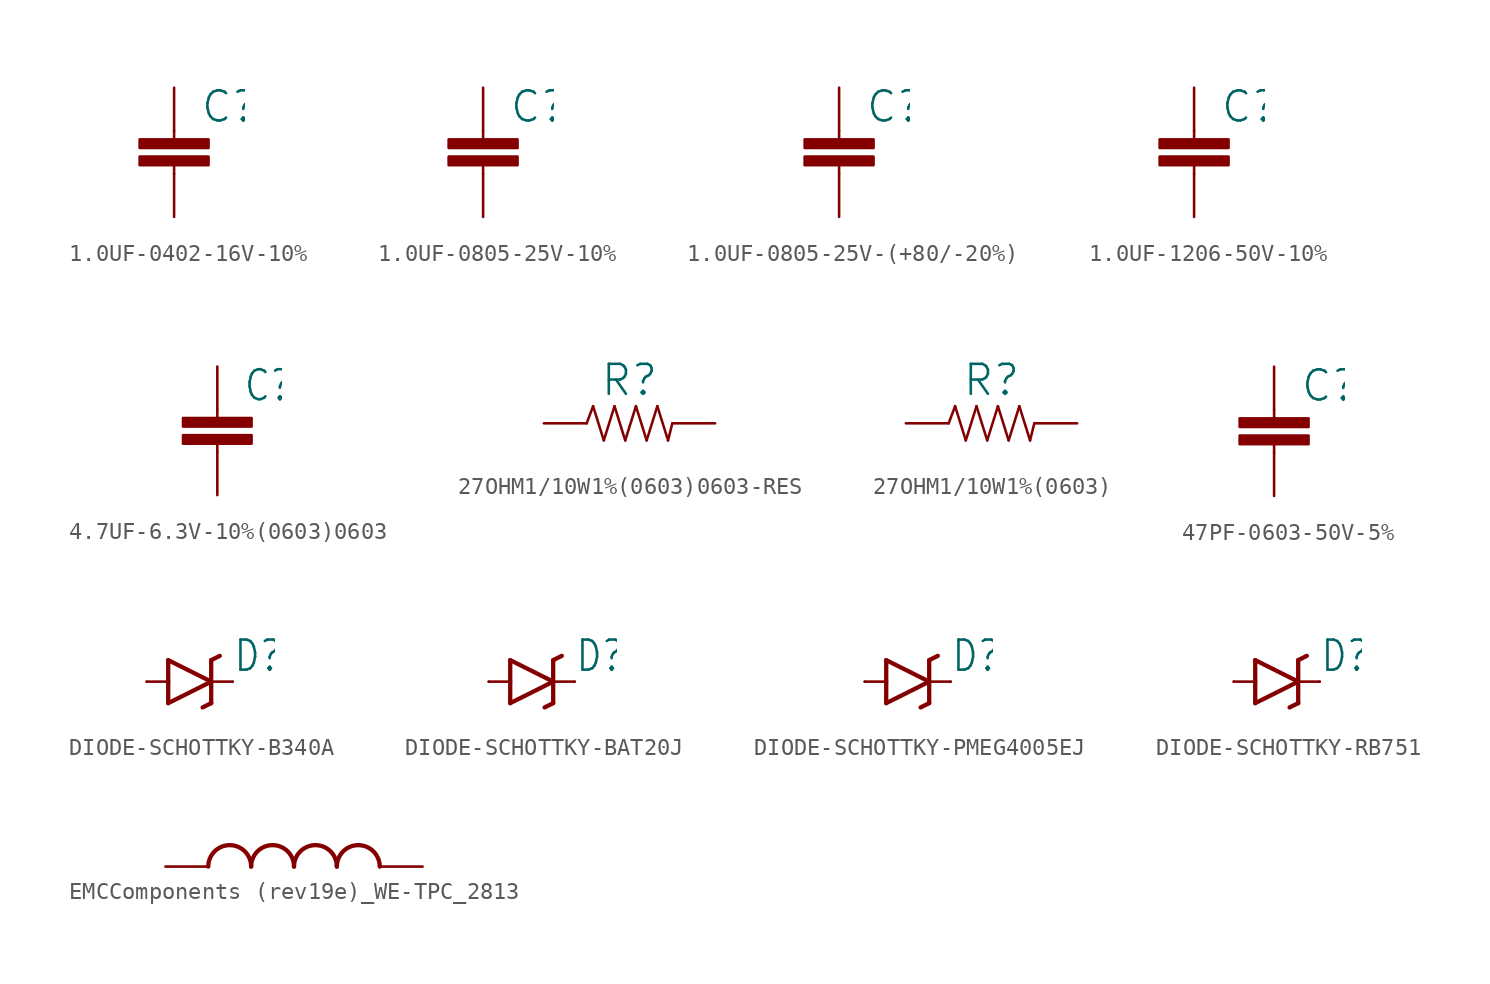
<source format=kicad_sym>
(kicad_symbol_lib
  (version 20241209)
  (generator "kicad_symbol_editor")
  (generator_version "9.0")
  (symbol "1.0UF-0402-16V-10%"
    (property "Reference" "C"
      (at 1.524 2.921 0)
      (effects (font (size 1.778 1.778)) (justify left bottom)))
    (property "Value" ""
      (at 1.524 -2.159 0)
      (effects (font (size 1.778 1.778)) (justify left bottom)))
    (property "ki_locked" ""
      (at 0 0 0)
      (effects (font (size 1.27 1.27))))
    (symbol "1.0UF-0402-16V-10%_1_0"
      (rectangle (start -2.032 1.524) (end 2.032 2.032) (stroke (width 0) (type default)) (fill (type outline)))
      (rectangle (start -2.032 0.508) (end 2.032 1.016) (stroke (width 0) (type default)) (fill (type outline)))
      (polyline (pts (xy 0 2.54) (xy 0 2.032)) (stroke (width 0.152) (type solid)) (fill (type none)))
      (polyline (pts (xy 0 0) (xy 0 0.508)) (stroke (width 0.152) (type solid)) (fill (type none)))
      (pin passive line (at 0 5.08 270) (length 2.54) (name "1" (effects (font (size 0 0)))) (number "1" (effects (font (size 0 0)))))
      (pin passive line (at 0 -2.54 90) (length 2.54) (name "2" (effects (font (size 0 0)))) (number "2" (effects (font (size 0 0)))))))
  (symbol "1.0UF-0805-25V-10%"
    (property "Reference" "C"
      (at 1.524 2.921 0)
      (effects (font (size 1.778 1.778)) (justify left bottom)))
    (property "Value" ""
      (at 1.524 -2.159 0)
      (effects (font (size 1.778 1.778)) (justify left bottom)))
    (property "ki_locked" ""
      (at 0 0 0)
      (effects (font (size 1.27 1.27))))
    (symbol "1.0UF-0805-25V-10%_1_0"
      (rectangle (start -2.032 1.524) (end 2.032 2.032) (stroke (width 0) (type default)) (fill (type outline)))
      (rectangle (start -2.032 0.508) (end 2.032 1.016) (stroke (width 0) (type default)) (fill (type outline)))
      (polyline (pts (xy 0 2.54) (xy 0 2.032)) (stroke (width 0.152) (type solid)) (fill (type none)))
      (polyline (pts (xy 0 0) (xy 0 0.508)) (stroke (width 0.152) (type solid)) (fill (type none)))
      (pin passive line (at 0 5.08 270) (length 2.54) (name "1" (effects (font (size 0 0)))) (number "1" (effects (font (size 0 0)))))
      (pin passive line (at 0 -2.54 90) (length 2.54) (name "2" (effects (font (size 0 0)))) (number "2" (effects (font (size 0 0)))))))
  (symbol "1.0UF-0805-25V-(+80/-20%)"
    (property "Reference" "C"
      (at 1.524 2.921 0)
      (effects (font (size 1.778 1.778)) (justify left bottom)))
    (property "Value" ""
      (at 1.524 -2.159 0)
      (effects (font (size 1.778 1.778)) (justify left bottom)))
    (property "ki_locked" ""
      (at 0 0 0)
      (effects (font (size 1.27 1.27))))
    (symbol "1.0UF-0805-25V-(+80/-20%)_1_0"
      (rectangle (start -2.032 1.524) (end 2.032 2.032) (stroke (width 0) (type default)) (fill (type outline)))
      (rectangle (start -2.032 0.508) (end 2.032 1.016) (stroke (width 0) (type default)) (fill (type outline)))
      (polyline (pts (xy 0 2.54) (xy 0 2.032)) (stroke (width 0.152) (type solid)) (fill (type none)))
      (polyline (pts (xy 0 0) (xy 0 0.508)) (stroke (width 0.152) (type solid)) (fill (type none)))
      (pin passive line (at 0 5.08 270) (length 2.54) (name "1" (effects (font (size 0 0)))) (number "1" (effects (font (size 0 0)))))
      (pin passive line (at 0 -2.54 90) (length 2.54) (name "2" (effects (font (size 0 0)))) (number "2" (effects (font (size 0 0)))))))
  (symbol "1.0UF-1206-50V-10%"
    (property "Reference" "C"
      (at 1.524 2.921 0)
      (effects (font (size 1.778 1.778)) (justify left bottom)))
    (property "Value" ""
      (at 1.524 -2.159 0)
      (effects (font (size 1.778 1.778)) (justify left bottom)))
    (property "ki_locked" ""
      (at 0 0 0)
      (effects (font (size 1.27 1.27))))
    (symbol "1.0UF-1206-50V-10%_1_0"
      (rectangle (start -2.032 1.524) (end 2.032 2.032) (stroke (width 0) (type default)) (fill (type outline)))
      (rectangle (start -2.032 0.508) (end 2.032 1.016) (stroke (width 0) (type default)) (fill (type outline)))
      (polyline (pts (xy 0 2.54) (xy 0 2.032)) (stroke (width 0.152) (type solid)) (fill (type none)))
      (polyline (pts (xy 0 0) (xy 0 0.508)) (stroke (width 0.152) (type solid)) (fill (type none)))
      (pin passive line (at 0 5.08 270) (length 2.54) (name "1" (effects (font (size 0 0)))) (number "1" (effects (font (size 0 0)))))
      (pin passive line (at 0 -2.54 90) (length 2.54) (name "2" (effects (font (size 0 0)))) (number "2" (effects (font (size 0 0)))))))
  (symbol "4.7UF-6.3V-10%(0603)0603"
    (property "Reference" "C"
      (at 1.524 2.921 0)
      (effects (font (size 1.778 1.511)) (justify left bottom)))
    (property "Value" ""
      (at 1.524 -2.159 0)
      (effects (font (size 1.778 1.511)) (justify left bottom)))
    (property "ki_locked" ""
      (at 0 0 0)
      (effects (font (size 1.27 1.27))))
    (symbol "4.7UF-6.3V-10%(0603)0603_1_0"
      (rectangle (start -2.032 1.524) (end 2.032 2.032) (stroke (width 0) (type default)) (fill (type outline)))
      (rectangle (start -2.032 0.508) (end 2.032 1.016) (stroke (width 0) (type default)) (fill (type outline)))
      (polyline (pts (xy 0 2.54) (xy 0 2.032)) (stroke (width 0.152) (type solid)) (fill (type none)))
      (polyline (pts (xy 0 0) (xy 0 0.508)) (stroke (width 0.152) (type solid)) (fill (type none)))
      (pin passive line (at 0 5.08 270) (length 2.54) (name "1" (effects (font (size 0 0)))) (number "1" (effects (font (size 0 0)))))
      (pin passive line (at 0 -2.54 90) (length 2.54) (name "2" (effects (font (size 0 0)))) (number "2" (effects (font (size 0 0)))))))
  (symbol "27OHM1/10W1%(0603)0603-RES"
    (property "Reference" "R"
      (at 0 1.524 0)
      (effects (font (size 1.778 1.778)) (justify bottom)))
    (property "Value" ""
      (at 0 -1.524 0)
      (effects (font (size 1.778 1.778)) (justify top)))
    (property "ki_locked" ""
      (at 0 0 0)
      (effects (font (size 1.27 1.27))))
    (symbol "27OHM1/10W1%(0603)0603-RES_1_0"
      (polyline (pts (xy -2.54 0) (xy -2.159 1.016)) (stroke (width 0.152) (type solid)) (fill (type none)))
      (polyline (pts (xy -2.159 1.016) (xy -1.524 -1.016)) (stroke (width 0.152) (type solid)) (fill (type none)))
      (polyline (pts (xy -1.524 -1.016) (xy -0.889 1.016)) (stroke (width 0.152) (type solid)) (fill (type none)))
      (polyline (pts (xy -0.889 1.016) (xy -0.254 -1.016)) (stroke (width 0.152) (type solid)) (fill (type none)))
      (polyline (pts (xy -0.254 -1.016) (xy 0.381 1.016)) (stroke (width 0.152) (type solid)) (fill (type none)))
      (polyline (pts (xy 0.381 1.016) (xy 1.016 -1.016)) (stroke (width 0.152) (type solid)) (fill (type none)))
      (polyline (pts (xy 1.016 -1.016) (xy 1.651 1.016)) (stroke (width 0.152) (type solid)) (fill (type none)))
      (polyline (pts (xy 1.651 1.016) (xy 2.286 -1.016)) (stroke (width 0.152) (type solid)) (fill (type none)))
      (polyline (pts (xy 2.286 -1.016) (xy 2.54 0)) (stroke (width 0.152) (type solid)) (fill (type none)))
      (pin passive line (at -5.08 0 0) (length 2.54) (name "1" (effects (font (size 0 0)))) (number "1" (effects (font (size 0 0)))))
      (pin passive line (at 5.08 0 180) (length 2.54) (name "2" (effects (font (size 0 0)))) (number "2" (effects (font (size 0 0)))))))
  (symbol "27OHM1/10W1%(0603)"
    (property "Reference" "R"
      (at 0 1.524 0)
      (effects (font (size 1.778 1.778)) (justify bottom)))
    (property "Value" ""
      (at 0 -1.524 0)
      (effects (font (size 1.778 1.778)) (justify top)))
    (property "ki_locked" ""
      (at 0 0 0)
      (effects (font (size 1.27 1.27))))
    (symbol "27OHM1/10W1%(0603)_1_0"
      (polyline (pts (xy -2.54 0) (xy -2.159 1.016)) (stroke (width 0.152) (type solid)) (fill (type none)))
      (polyline (pts (xy -2.159 1.016) (xy -1.524 -1.016)) (stroke (width 0.152) (type solid)) (fill (type none)))
      (polyline (pts (xy -1.524 -1.016) (xy -0.889 1.016)) (stroke (width 0.152) (type solid)) (fill (type none)))
      (polyline (pts (xy -0.889 1.016) (xy -0.254 -1.016)) (stroke (width 0.152) (type solid)) (fill (type none)))
      (polyline (pts (xy -0.254 -1.016) (xy 0.381 1.016)) (stroke (width 0.152) (type solid)) (fill (type none)))
      (polyline (pts (xy 0.381 1.016) (xy 1.016 -1.016)) (stroke (width 0.152) (type solid)) (fill (type none)))
      (polyline (pts (xy 1.016 -1.016) (xy 1.651 1.016)) (stroke (width 0.152) (type solid)) (fill (type none)))
      (polyline (pts (xy 1.651 1.016) (xy 2.286 -1.016)) (stroke (width 0.152) (type solid)) (fill (type none)))
      (polyline (pts (xy 2.286 -1.016) (xy 2.54 0)) (stroke (width 0.152) (type solid)) (fill (type none)))
      (pin passive line (at -5.08 0 0) (length 2.54) (name "1" (effects (font (size 0 0)))) (number "1" (effects (font (size 0 0)))))
      (pin passive line (at 5.08 0 180) (length 2.54) (name "2" (effects (font (size 0 0)))) (number "2" (effects (font (size 0 0)))))))
  (symbol "47PF-0603-50V-5%"
    (property "Reference" "C"
      (at 1.524 2.921 0)
      (effects (font (size 1.778 1.778)) (justify left bottom)))
    (property "Value" ""
      (at 1.524 -2.159 0)
      (effects (font (size 1.778 1.778)) (justify left bottom)))
    (property "ki_locked" ""
      (at 0 0 0)
      (effects (font (size 1.27 1.27))))
    (symbol "47PF-0603-50V-5%_1_0"
      (rectangle (start -2.032 1.524) (end 2.032 2.032) (stroke (width 0) (type default)) (fill (type outline)))
      (rectangle (start -2.032 0.508) (end 2.032 1.016) (stroke (width 0) (type default)) (fill (type outline)))
      (polyline (pts (xy 0 2.54) (xy 0 2.032)) (stroke (width 0.152) (type solid)) (fill (type none)))
      (polyline (pts (xy 0 0) (xy 0 0.508)) (stroke (width 0.152) (type solid)) (fill (type none)))
      (pin passive line (at 0 5.08 270) (length 2.54) (name "1" (effects (font (size 0 0)))) (number "1" (effects (font (size 0 0)))))
      (pin passive line (at 0 -2.54 90) (length 2.54) (name "2" (effects (font (size 0 0)))) (number "2" (effects (font (size 0 0)))))))
  (symbol "DIODE-SCHOTTKY-B340A"
    (property "Reference" "D"
      (at 2.54 0.483 0)
      (effects (font (size 1.778 1.511)) (justify left bottom)))
    (property "Value" ""
      (at 2.54 -2.311 0)
      (effects (font (size 1.778 1.511)) (justify left bottom)))
    (property "ki_locked" ""
      (at 0 0 0)
      (effects (font (size 1.27 1.27))))
    (symbol "DIODE-SCHOTTKY-B340A_1_0"
      (polyline (pts (xy -2.54 0) (xy -1.27 0)) (stroke (width 0.152) (type solid)) (fill (type none)))
      (polyline (pts (xy -1.27 1.27) (xy -1.27 0)) (stroke (width 0.254) (type solid)) (fill (type none)))
      (polyline (pts (xy -1.27 0) (xy -1.27 -1.27)) (stroke (width 0.254) (type solid)) (fill (type none)))
      (polyline (pts (xy -1.27 -1.27) (xy 1.27 0)) (stroke (width 0.254) (type solid)) (fill (type none)))
      (polyline (pts (xy 1.27 1.27) (xy 1.27 0)) (stroke (width 0.254) (type solid)) (fill (type none)))
      (polyline (pts (xy 1.27 1.27) (xy 1.778 1.524)) (stroke (width 0.254) (type solid)) (fill (type none)))
      (polyline (pts (xy 1.27 0) (xy -1.27 1.27)) (stroke (width 0.254) (type solid)) (fill (type none)))
      (polyline (pts (xy 1.27 0) (xy 1.27 -1.27)) (stroke (width 0.254) (type solid)) (fill (type none)))
      (polyline (pts (xy 1.27 -1.27) (xy 0.762 -1.524)) (stroke (width 0.254) (type solid)) (fill (type none)))
      (polyline (pts (xy 2.54 0) (xy 1.27 0)) (stroke (width 0.152) (type solid)) (fill (type none)))
      (pin passive line (at -2.54 0 0) (length 0) (name "A" (effects (font (size 0 0)))) (number "A" (effects (font (size 0 0)))))
      (pin passive line (at 2.54 0 180) (length 0) (name "C" (effects (font (size 0 0)))) (number "C" (effects (font (size 0 0)))))))
  (symbol "DIODE-SCHOTTKY-BAT20J"
    (property "Reference" "D"
      (at 2.54 0.483 0)
      (effects (font (size 1.778 1.511)) (justify left bottom)))
    (property "Value" ""
      (at 2.54 -2.311 0)
      (effects (font (size 1.778 1.511)) (justify left bottom)))
    (property "ki_locked" ""
      (at 0 0 0)
      (effects (font (size 1.27 1.27))))
    (symbol "DIODE-SCHOTTKY-BAT20J_1_0"
      (polyline (pts (xy -2.54 0) (xy -1.27 0)) (stroke (width 0.152) (type solid)) (fill (type none)))
      (polyline (pts (xy -1.27 1.27) (xy -1.27 0)) (stroke (width 0.254) (type solid)) (fill (type none)))
      (polyline (pts (xy -1.27 0) (xy -1.27 -1.27)) (stroke (width 0.254) (type solid)) (fill (type none)))
      (polyline (pts (xy -1.27 -1.27) (xy 1.27 0)) (stroke (width 0.254) (type solid)) (fill (type none)))
      (polyline (pts (xy 1.27 1.27) (xy 1.27 0)) (stroke (width 0.254) (type solid)) (fill (type none)))
      (polyline (pts (xy 1.27 1.27) (xy 1.778 1.524)) (stroke (width 0.254) (type solid)) (fill (type none)))
      (polyline (pts (xy 1.27 0) (xy -1.27 1.27)) (stroke (width 0.254) (type solid)) (fill (type none)))
      (polyline (pts (xy 1.27 0) (xy 1.27 -1.27)) (stroke (width 0.254) (type solid)) (fill (type none)))
      (polyline (pts (xy 1.27 -1.27) (xy 0.762 -1.524)) (stroke (width 0.254) (type solid)) (fill (type none)))
      (polyline (pts (xy 2.54 0) (xy 1.27 0)) (stroke (width 0.152) (type solid)) (fill (type none)))
      (pin passive line (at -2.54 0 0) (length 0) (name "A" (effects (font (size 0 0)))) (number "A" (effects (font (size 0 0)))))
      (pin passive line (at 2.54 0 180) (length 0) (name "C" (effects (font (size 0 0)))) (number "C" (effects (font (size 0 0)))))))
  (symbol "DIODE-SCHOTTKY-PMEG4005EJ"
    (property "Reference" "D"
      (at 2.54 0.483 0)
      (effects (font (size 1.778 1.511)) (justify left bottom)))
    (property "Value" ""
      (at 2.54 -2.311 0)
      (effects (font (size 1.778 1.511)) (justify left bottom)))
    (property "ki_locked" ""
      (at 0 0 0)
      (effects (font (size 1.27 1.27))))
    (symbol "DIODE-SCHOTTKY-PMEG4005EJ_1_0"
      (polyline (pts (xy -2.54 0) (xy -1.27 0)) (stroke (width 0.152) (type solid)) (fill (type none)))
      (polyline (pts (xy -1.27 1.27) (xy -1.27 0)) (stroke (width 0.254) (type solid)) (fill (type none)))
      (polyline (pts (xy -1.27 0) (xy -1.27 -1.27)) (stroke (width 0.254) (type solid)) (fill (type none)))
      (polyline (pts (xy -1.27 -1.27) (xy 1.27 0)) (stroke (width 0.254) (type solid)) (fill (type none)))
      (polyline (pts (xy 1.27 1.27) (xy 1.27 0)) (stroke (width 0.254) (type solid)) (fill (type none)))
      (polyline (pts (xy 1.27 1.27) (xy 1.778 1.524)) (stroke (width 0.254) (type solid)) (fill (type none)))
      (polyline (pts (xy 1.27 0) (xy -1.27 1.27)) (stroke (width 0.254) (type solid)) (fill (type none)))
      (polyline (pts (xy 1.27 0) (xy 1.27 -1.27)) (stroke (width 0.254) (type solid)) (fill (type none)))
      (polyline (pts (xy 1.27 -1.27) (xy 0.762 -1.524)) (stroke (width 0.254) (type solid)) (fill (type none)))
      (polyline (pts (xy 2.54 0) (xy 1.27 0)) (stroke (width 0.152) (type solid)) (fill (type none)))
      (pin passive line (at -2.54 0 0) (length 0) (name "A" (effects (font (size 0 0)))) (number "A" (effects (font (size 0 0)))))
      (pin passive line (at 2.54 0 180) (length 0) (name "C" (effects (font (size 0 0)))) (number "C" (effects (font (size 0 0)))))))
  (symbol "DIODE-SCHOTTKY-RB751"
    (property "Reference" "D"
      (at 2.54 0.483 0)
      (effects (font (size 1.778 1.511)) (justify left bottom)))
    (property "Value" ""
      (at 2.54 -2.311 0)
      (effects (font (size 1.778 1.511)) (justify left bottom)))
    (property "ki_locked" ""
      (at 0 0 0)
      (effects (font (size 1.27 1.27))))
    (symbol "DIODE-SCHOTTKY-RB751_1_0"
      (polyline (pts (xy -2.54 0) (xy -1.27 0)) (stroke (width 0.152) (type solid)) (fill (type none)))
      (polyline (pts (xy -1.27 1.27) (xy -1.27 0)) (stroke (width 0.254) (type solid)) (fill (type none)))
      (polyline (pts (xy -1.27 0) (xy -1.27 -1.27)) (stroke (width 0.254) (type solid)) (fill (type none)))
      (polyline (pts (xy -1.27 -1.27) (xy 1.27 0)) (stroke (width 0.254) (type solid)) (fill (type none)))
      (polyline (pts (xy 1.27 1.27) (xy 1.27 0)) (stroke (width 0.254) (type solid)) (fill (type none)))
      (polyline (pts (xy 1.27 1.27) (xy 1.778 1.524)) (stroke (width 0.254) (type solid)) (fill (type none)))
      (polyline (pts (xy 1.27 0) (xy -1.27 1.27)) (stroke (width 0.254) (type solid)) (fill (type none)))
      (polyline (pts (xy 1.27 0) (xy 1.27 -1.27)) (stroke (width 0.254) (type solid)) (fill (type none)))
      (polyline (pts (xy 1.27 -1.27) (xy 0.762 -1.524)) (stroke (width 0.254) (type solid)) (fill (type none)))
      (polyline (pts (xy 2.54 0) (xy 1.27 0)) (stroke (width 0.152) (type solid)) (fill (type none)))
      (pin passive line (at -2.54 0 0) (length 0) (name "A" (effects (font (size 0 0)))) (number "A" (effects (font (size 0 0)))))
      (pin passive line (at 2.54 0 180) (length 0) (name "C" (effects (font (size 0 0)))) (number "C" (effects (font (size 0 0)))))))
  (symbol "EMCComponents (rev19e)_WE-TPC_2813"
    (property "Reference" "L"
      (at -2.54 5.08 0)
      (effects (font (size 1.27 1.079)) (justify left bottom) (hide yes)))
    (property "ki_locked" ""
      (at 0 0 0)
      (effects (font (size 1.27 1.27))))
    (symbol "EMCComponents (rev19e)_WE-TPC_2813_1_0"
      (arc (start -5.08 0) (mid -3.81 1.27) (end -2.54 0) (stroke (width 0.254) (type solid)) (fill (type none)))
      (arc (start -2.54 0) (mid -1.27 1.27) (end 0 0) (stroke (width 0.254) (type solid)) (fill (type none)))
      (arc (start 0 0) (mid 1.27 1.27) (end 2.54 0) (stroke (width 0.254) (type solid)) (fill (type none)))
      (arc (start 2.54 0) (mid 3.81 1.27) (end 5.08 0) (stroke (width 0.254) (type solid)) (fill (type none)))
      (pin passive line (at -7.62 0 0) (length 2.54) (name "1" (effects (font (size 0 0)))) (number "1" (effects (font (size 0 0)))))
      (pin passive line (at 7.62 0 180) (length 2.54) (name "2" (effects (font (size 0 0)))) (number "2" (effects (font (size 0 0))))))))
</source>
